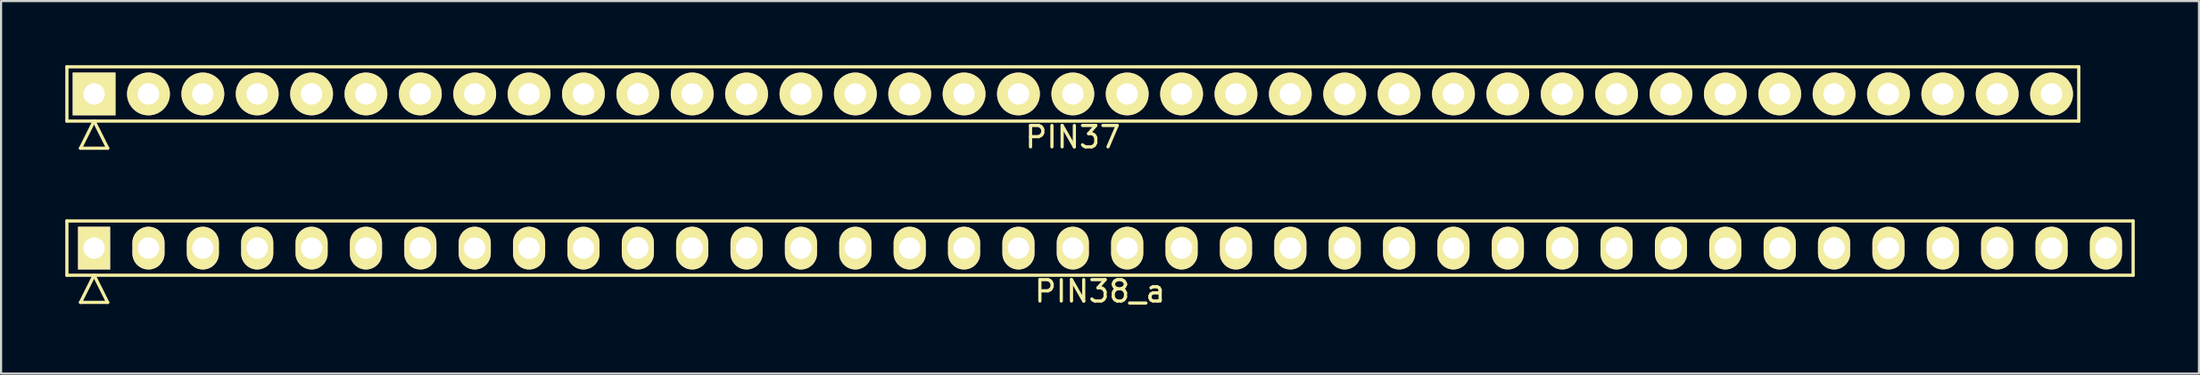
<source format=kicad_pcb>
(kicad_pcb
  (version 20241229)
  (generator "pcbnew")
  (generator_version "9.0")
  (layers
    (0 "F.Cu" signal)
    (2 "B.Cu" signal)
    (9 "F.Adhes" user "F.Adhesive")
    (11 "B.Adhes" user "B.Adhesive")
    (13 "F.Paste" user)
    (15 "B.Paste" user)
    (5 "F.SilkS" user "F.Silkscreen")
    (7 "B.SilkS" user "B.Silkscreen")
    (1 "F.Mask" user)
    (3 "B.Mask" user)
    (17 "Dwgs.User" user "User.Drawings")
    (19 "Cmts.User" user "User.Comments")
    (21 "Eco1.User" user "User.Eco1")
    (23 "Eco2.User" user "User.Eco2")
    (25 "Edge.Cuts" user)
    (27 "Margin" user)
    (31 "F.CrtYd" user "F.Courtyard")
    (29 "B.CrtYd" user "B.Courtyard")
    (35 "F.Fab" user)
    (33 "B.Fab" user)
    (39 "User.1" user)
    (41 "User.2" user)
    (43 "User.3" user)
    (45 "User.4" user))
  (footprint "PIN37"
    (layer "F.Cu")
    (at 47.065 1.345)
    (property "Reference" "PIN37" (at 0 2.02 0) (layer "F.SilkS") (effects (font (size 1 1) (thickness 0.15))))
    (attr through_hole)
    (fp_line (start -46.99 -1.27) (end -46.99 1.27) (stroke (width 0.15) (type solid)) (layer "F.SilkS"))
    (fp_line (start -46.99 1.27) (end 46.99 1.27) (stroke (width 0.15) (type solid)) (layer "F.SilkS"))
    (fp_line (start -46.355 2.54) (end -45.72 1.27) (stroke (width 0.15) (type solid)) (layer "F.SilkS"))
    (fp_line (start -46.355 2.54) (end -45.085 2.54) (stroke (width 0.15) (type solid)) (layer "F.SilkS"))
    (fp_line (start -45.085 2.54) (end -45.72 1.27) (stroke (width 0.15) (type solid)) (layer "F.SilkS"))
    (fp_line (start 46.99 -1.27) (end -46.99 -1.27) (stroke (width 0.15) (type solid)) (layer "F.SilkS"))
    (fp_line (start 46.99 1.27) (end 46.99 -1.27) (stroke (width 0.15) (type solid)) (layer "F.SilkS"))
    (pad "1" thru_hole rect (at -45.72 0) (size 2 2) (drill 1) (layers "*.Cu" "*.Mask" "F.SilkS"))
    (pad "2" thru_hole oval (at -43.18 0) (size 2 2) (drill 1) (layers "*.Cu" "*.Mask" "F.SilkS"))
    (pad "3" thru_hole oval (at -40.64 0) (size 2 2) (drill 1) (layers "*.Cu" "*.Mask" "F.SilkS"))
    (pad "4" thru_hole oval (at -38.1 0) (size 2 2) (drill 1) (layers "*.Cu" "*.Mask" "F.SilkS"))
    (pad "5" thru_hole oval (at -35.56 0) (size 2 2) (drill 1) (layers "*.Cu" "*.Mask" "F.SilkS"))
    (pad "6" thru_hole oval (at -33.02 0) (size 2 2) (drill 1) (layers "*.Cu" "*.Mask" "F.SilkS"))
    (pad "7" thru_hole oval (at -30.48 0) (size 2 2) (drill 1) (layers "*.Cu" "*.Mask" "F.SilkS"))
    (pad "8" thru_hole oval (at -27.94 0) (size 2 2) (drill 1) (layers "*.Cu" "*.Mask" "F.SilkS"))
    (pad "9" thru_hole oval (at -25.4 0) (size 2 2) (drill 1) (layers "*.Cu" "*.Mask" "F.SilkS"))
    (pad "10" thru_hole oval (at -22.86 0) (size 2 2) (drill 1) (layers "*.Cu" "*.Mask" "F.SilkS"))
    (pad "11" thru_hole oval (at -20.32 0) (size 2 2) (drill 1) (layers "*.Cu" "*.Mask" "F.SilkS"))
    (pad "12" thru_hole oval (at -17.78 0) (size 2 2) (drill 1) (layers "*.Cu" "*.Mask" "F.SilkS"))
    (pad "13" thru_hole oval (at -15.24 0) (size 2 2) (drill 1) (layers "*.Cu" "*.Mask" "F.SilkS"))
    (pad "14" thru_hole oval (at -12.7 0) (size 2 2) (drill 1) (layers "*.Cu" "*.Mask" "F.SilkS"))
    (pad "15" thru_hole oval (at -10.16 0) (size 2 2) (drill 1) (layers "*.Cu" "*.Mask" "F.SilkS"))
    (pad "16" thru_hole oval (at -7.62 0) (size 2 2) (drill 1) (layers "*.Cu" "*.Mask" "F.SilkS"))
    (pad "17" thru_hole oval (at -5.08 0) (size 2 2) (drill 1) (layers "*.Cu" "*.Mask" "F.SilkS"))
    (pad "18" thru_hole oval (at -2.54 0) (size 2 2) (drill 1) (layers "*.Cu" "*.Mask" "F.SilkS"))
    (pad "19" thru_hole oval (at 0 0) (size 2 2) (drill 1) (layers "*.Cu" "*.Mask" "F.SilkS"))
    (pad "20" thru_hole oval (at 2.54 0) (size 2 2) (drill 1) (layers "*.Cu" "*.Mask" "F.SilkS"))
    (pad "21" thru_hole oval (at 5.08 0) (size 2 2) (drill 1) (layers "*.Cu" "*.Mask" "F.SilkS"))
    (pad "22" thru_hole oval (at 7.62 0) (size 2 2) (drill 1) (layers "*.Cu" "*.Mask" "F.SilkS"))
    (pad "23" thru_hole oval (at 10.16 0) (size 2 2) (drill 1) (layers "*.Cu" "*.Mask" "F.SilkS"))
    (pad "24" thru_hole oval (at 12.7 0) (size 2 2) (drill 1) (layers "*.Cu" "*.Mask" "F.SilkS"))
    (pad "25" thru_hole oval (at 15.24 0) (size 2 2) (drill 1) (layers "*.Cu" "*.Mask" "F.SilkS"))
    (pad "26" thru_hole oval (at 17.78 0) (size 2 2) (drill 1) (layers "*.Cu" "*.Mask" "F.SilkS"))
    (pad "27" thru_hole oval (at 20.32 0) (size 2 2) (drill 1) (layers "*.Cu" "*.Mask" "F.SilkS"))
    (pad "28" thru_hole oval (at 22.86 0) (size 2 2) (drill 1) (layers "*.Cu" "*.Mask" "F.SilkS"))
    (pad "29" thru_hole oval (at 25.4 0) (size 2 2) (drill 1) (layers "*.Cu" "*.Mask" "F.SilkS"))
    (pad "30" thru_hole oval (at 27.94 0) (size 2 2) (drill 1) (layers "*.Cu" "*.Mask" "F.SilkS"))
    (pad "31" thru_hole oval (at 30.48 0) (size 2 2) (drill 1) (layers "*.Cu" "*.Mask" "F.SilkS"))
    (pad "32" thru_hole oval (at 33.02 0) (size 2 2) (drill 1) (layers "*.Cu" "*.Mask" "F.SilkS"))
    (pad "33" thru_hole oval (at 35.56 0) (size 2 2) (drill 1) (layers "*.Cu" "*.Mask" "F.SilkS"))
    (pad "34" thru_hole oval (at 38.1 0) (size 2 2) (drill 1) (layers "*.Cu" "*.Mask" "F.SilkS"))
    (pad "35" thru_hole oval (at 40.64 0) (size 2 2) (drill 1) (layers "*.Cu" "*.Mask" "F.SilkS"))
    (pad "36" thru_hole oval (at 43.18 0) (size 2 2) (drill 1) (layers "*.Cu" "*.Mask" "F.SilkS"))
    (pad "37" thru_hole oval (at 45.72 0) (size 2 2) (drill 1) (layers "*.Cu" "*.Mask" "F.SilkS")))
  (footprint "PIN38_a"
    (layer "F.Cu")
    (at 48.335 8.558)
    (property "Reference" "PIN38_a" (at 0 2.02 0) (layer "F.SilkS") (effects (font (size 1 1) (thickness 0.15))))
    (attr through_hole)
    (fp_line (start -48.26 -1.27) (end -48.26 1.27) (stroke (width 0.15) (type solid)) (layer "F.SilkS"))
    (fp_line (start -48.26 1.27) (end 48.26 1.27) (stroke (width 0.15) (type solid)) (layer "F.SilkS"))
    (fp_line (start -47.625 2.54) (end -46.99 1.27) (stroke (width 0.15) (type solid)) (layer "F.SilkS"))
    (fp_line (start -47.625 2.54) (end -46.355 2.54) (stroke (width 0.15) (type solid)) (layer "F.SilkS"))
    (fp_line (start -46.355 2.54) (end -46.99 1.27) (stroke (width 0.15) (type solid)) (layer "F.SilkS"))
    (fp_line (start 48.26 -1.27) (end -48.26 -1.27) (stroke (width 0.15) (type solid)) (layer "F.SilkS"))
    (fp_line (start 48.26 1.27) (end 48.26 -1.27) (stroke (width 0.15) (type solid)) (layer "F.SilkS"))
    (pad "1" thru_hole rect (at -46.99 0) (size 1.5 2) (drill 1) (layers "*.Cu" "*.Mask" "F.SilkS"))
    (pad "2" thru_hole oval (at -44.45 0) (size 1.5 2) (drill 1) (layers "*.Cu" "*.Mask" "F.SilkS"))
    (pad "3" thru_hole oval (at -41.91 0) (size 1.5 2) (drill 1) (layers "*.Cu" "*.Mask" "F.SilkS"))
    (pad "4" thru_hole oval (at -39.37 0) (size 1.5 2) (drill 1) (layers "*.Cu" "*.Mask" "F.SilkS"))
    (pad "5" thru_hole oval (at -36.83 0) (size 1.5 2) (drill 1) (layers "*.Cu" "*.Mask" "F.SilkS"))
    (pad "6" thru_hole oval (at -34.29 0) (size 1.5 2) (drill 1) (layers "*.Cu" "*.Mask" "F.SilkS"))
    (pad "7" thru_hole oval (at -31.75 0) (size 1.5 2) (drill 1) (layers "*.Cu" "*.Mask" "F.SilkS"))
    (pad "8" thru_hole oval (at -29.21 0) (size 1.5 2) (drill 1) (layers "*.Cu" "*.Mask" "F.SilkS"))
    (pad "9" thru_hole oval (at -26.67 0) (size 1.5 2) (drill 1) (layers "*.Cu" "*.Mask" "F.SilkS"))
    (pad "10" thru_hole oval (at -24.13 0) (size 1.5 2) (drill 1) (layers "*.Cu" "*.Mask" "F.SilkS"))
    (pad "11" thru_hole oval (at -21.59 0) (size 1.5 2) (drill 1) (layers "*.Cu" "*.Mask" "F.SilkS"))
    (pad "12" thru_hole oval (at -19.05 0) (size 1.5 2) (drill 1) (layers "*.Cu" "*.Mask" "F.SilkS"))
    (pad "13" thru_hole oval (at -16.51 0) (size 1.5 2) (drill 1) (layers "*.Cu" "*.Mask" "F.SilkS"))
    (pad "14" thru_hole oval (at -13.97 0) (size 1.5 2) (drill 1) (layers "*.Cu" "*.Mask" "F.SilkS"))
    (pad "15" thru_hole oval (at -11.43 0) (size 1.5 2) (drill 1) (layers "*.Cu" "*.Mask" "F.SilkS"))
    (pad "16" thru_hole oval (at -8.89 0) (size 1.5 2) (drill 1) (layers "*.Cu" "*.Mask" "F.SilkS"))
    (pad "17" thru_hole oval (at -6.35 0) (size 1.5 2) (drill 1) (layers "*.Cu" "*.Mask" "F.SilkS"))
    (pad "18" thru_hole oval (at -3.81 0) (size 1.5 2) (drill 1) (layers "*.Cu" "*.Mask" "F.SilkS"))
    (pad "19" thru_hole oval (at -1.27 0) (size 1.5 2) (drill 1) (layers "*.Cu" "*.Mask" "F.SilkS"))
    (pad "20" thru_hole oval (at 1.27 0) (size 1.5 2) (drill 1) (layers "*.Cu" "*.Mask" "F.SilkS"))
    (pad "21" thru_hole oval (at 3.81 0) (size 1.5 2) (drill 1) (layers "*.Cu" "*.Mask" "F.SilkS"))
    (pad "22" thru_hole oval (at 6.35 0) (size 1.5 2) (drill 1) (layers "*.Cu" "*.Mask" "F.SilkS"))
    (pad "23" thru_hole oval (at 8.89 0) (size 1.5 2) (drill 1) (layers "*.Cu" "*.Mask" "F.SilkS"))
    (pad "24" thru_hole oval (at 11.43 0) (size 1.5 2) (drill 1) (layers "*.Cu" "*.Mask" "F.SilkS"))
    (pad "25" thru_hole oval (at 13.97 0) (size 1.5 2) (drill 1) (layers "*.Cu" "*.Mask" "F.SilkS"))
    (pad "26" thru_hole oval (at 16.51 0) (size 1.5 2) (drill 1) (layers "*.Cu" "*.Mask" "F.SilkS"))
    (pad "27" thru_hole oval (at 19.05 0) (size 1.5 2) (drill 1) (layers "*.Cu" "*.Mask" "F.SilkS"))
    (pad "28" thru_hole oval (at 21.59 0) (size 1.5 2) (drill 1) (layers "*.Cu" "*.Mask" "F.SilkS"))
    (pad "29" thru_hole oval (at 24.13 0) (size 1.5 2) (drill 1) (layers "*.Cu" "*.Mask" "F.SilkS"))
    (pad "30" thru_hole oval (at 26.67 0) (size 1.5 2) (drill 1) (layers "*.Cu" "*.Mask" "F.SilkS"))
    (pad "31" thru_hole oval (at 29.21 0) (size 1.5 2) (drill 1) (layers "*.Cu" "*.Mask" "F.SilkS"))
    (pad "32" thru_hole oval (at 31.75 0) (size 1.5 2) (drill 1) (layers "*.Cu" "*.Mask" "F.SilkS"))
    (pad "33" thru_hole oval (at 34.29 0) (size 1.5 2) (drill 1) (layers "*.Cu" "*.Mask" "F.SilkS"))
    (pad "34" thru_hole oval (at 36.83 0) (size 1.5 2) (drill 1) (layers "*.Cu" "*.Mask" "F.SilkS"))
    (pad "35" thru_hole oval (at 39.37 0) (size 1.5 2) (drill 1) (layers "*.Cu" "*.Mask" "F.SilkS"))
    (pad "36" thru_hole oval (at 41.91 0) (size 1.5 2) (drill 1) (layers "*.Cu" "*.Mask" "F.SilkS"))
    (pad "37" thru_hole oval (at 44.45 0) (size 1.5 2) (drill 1) (layers "*.Cu" "*.Mask" "F.SilkS"))
    (pad "38" thru_hole oval (at 46.99 0) (size 1.5 2) (drill 1) (layers "*.Cu" "*.Mask" "F.SilkS")))
  (gr_rect
    (start -3 -3)
    (end 99.67 14.427)
    (stroke (width 0.1) (type default))
    (fill no)
    (layer "Edge.Cuts")))
</source>
